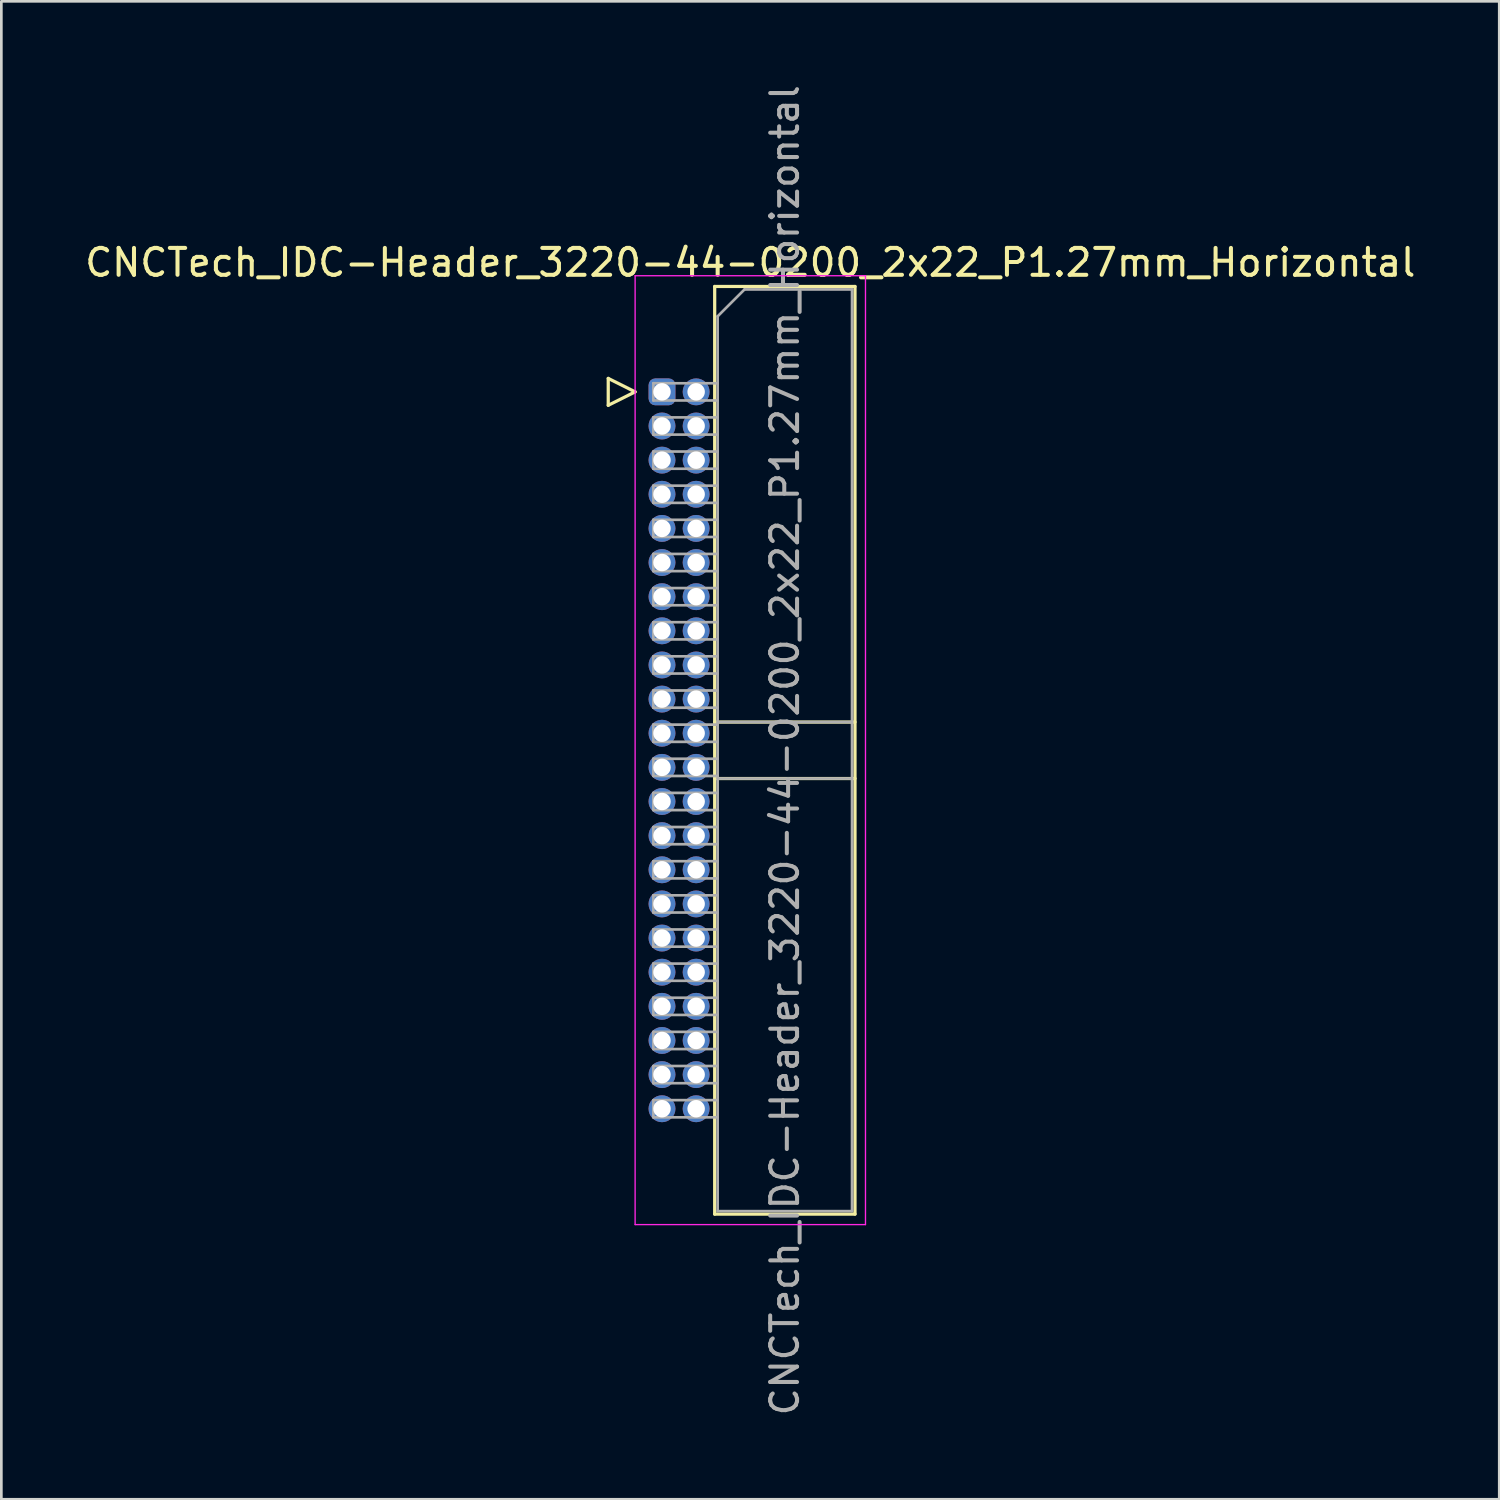
<source format=kicad_pcb>
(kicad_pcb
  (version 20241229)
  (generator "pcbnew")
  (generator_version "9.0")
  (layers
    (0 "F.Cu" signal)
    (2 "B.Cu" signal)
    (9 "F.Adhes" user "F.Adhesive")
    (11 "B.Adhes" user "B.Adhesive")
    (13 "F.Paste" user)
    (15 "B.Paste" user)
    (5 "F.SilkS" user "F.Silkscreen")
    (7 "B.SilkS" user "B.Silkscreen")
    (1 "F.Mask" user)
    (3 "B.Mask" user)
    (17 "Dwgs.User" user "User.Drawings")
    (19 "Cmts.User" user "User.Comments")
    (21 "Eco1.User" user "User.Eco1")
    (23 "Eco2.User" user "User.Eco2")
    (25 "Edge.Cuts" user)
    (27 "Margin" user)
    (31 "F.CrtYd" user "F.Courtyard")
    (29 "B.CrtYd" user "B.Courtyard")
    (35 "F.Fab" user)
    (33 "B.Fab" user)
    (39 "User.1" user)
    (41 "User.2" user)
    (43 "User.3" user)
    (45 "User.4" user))
  (footprint "CNCTech_IDC-Header_3220-44-0200_2x22_P1.27mm_Horizontal"
    (layer "F.Cu")
    (at 21.578 11.528)
    (property "Reference" "CNCTech_IDC-Header_3220-44-0200_2x22_P1.27mm_Horizontal" (at 3.285 -4.81 0) (layer "F.SilkS") (effects (font (size 1 1) (thickness 0.15))))
    (attr through_hole)
    (fp_line (start -2 -0.5) (end -2 0.5) (stroke (width 0.12) (type solid)) (layer "F.SilkS"))
    (fp_line (start -2 0.5) (end -1 0) (stroke (width 0.12) (type solid)) (layer "F.SilkS"))
    (fp_line (start -1 0) (end -2 -0.5) (stroke (width 0.12) (type solid)) (layer "F.SilkS"))
    (fp_line (start 1.96 -3.92) (end 7.18 -3.92) (stroke (width 0.12) (type solid)) (layer "F.SilkS"))
    (fp_line (start 1.96 12.285) (end 7.18 12.285) (stroke (width 0.12) (type solid)) (layer "F.SilkS"))
    (fp_line (start 1.96 14.385) (end 7.18 14.385) (stroke (width 0.12) (type solid)) (layer "F.SilkS"))
    (fp_line (start 1.96 30.59) (end 1.96 -3.92) (stroke (width 0.12) (type solid)) (layer "F.SilkS"))
    (fp_line (start 7.18 -3.92) (end 7.18 30.59) (stroke (width 0.12) (type solid)) (layer "F.SilkS"))
    (fp_line (start 7.18 30.59) (end 1.96 30.59) (stroke (width 0.12) (type solid)) (layer "F.SilkS"))
    (fp_line (start -1 -4.32) (end -1 30.98) (stroke (width 0.05) (type solid)) (layer "F.CrtYd"))
    (fp_line (start -1 30.98) (end 7.57 30.98) (stroke (width 0.05) (type solid)) (layer "F.CrtYd"))
    (fp_line (start 7.57 -4.32) (end -1 -4.32) (stroke (width 0.05) (type solid)) (layer "F.CrtYd"))
    (fp_line (start 7.57 30.98) (end 7.57 -4.32) (stroke (width 0.05) (type solid)) (layer "F.CrtYd"))
    (fp_line (start -0.32 -0.32) (end -0.32 0.32) (stroke (width 0.1) (type solid)) (layer "F.Fab"))
    (fp_line (start -0.32 0.32) (end 2.07 0.32) (stroke (width 0.1) (type solid)) (layer "F.Fab"))
    (fp_line (start -0.32 0.95) (end -0.32 1.59) (stroke (width 0.1) (type solid)) (layer "F.Fab"))
    (fp_line (start -0.32 1.59) (end 2.07 1.59) (stroke (width 0.1) (type solid)) (layer "F.Fab"))
    (fp_line (start -0.32 2.22) (end -0.32 2.86) (stroke (width 0.1) (type solid)) (layer "F.Fab"))
    (fp_line (start -0.32 2.86) (end 2.07 2.86) (stroke (width 0.1) (type solid)) (layer "F.Fab"))
    (fp_line (start -0.32 3.49) (end -0.32 4.13) (stroke (width 0.1) (type solid)) (layer "F.Fab"))
    (fp_line (start -0.32 4.13) (end 2.07 4.13) (stroke (width 0.1) (type solid)) (layer "F.Fab"))
    (fp_line (start -0.32 4.76) (end -0.32 5.4) (stroke (width 0.1) (type solid)) (layer "F.Fab"))
    (fp_line (start -0.32 5.4) (end 2.07 5.4) (stroke (width 0.1) (type solid)) (layer "F.Fab"))
    (fp_line (start -0.32 6.03) (end -0.32 6.67) (stroke (width 0.1) (type solid)) (layer "F.Fab"))
    (fp_line (start -0.32 6.67) (end 2.07 6.67) (stroke (width 0.1) (type solid)) (layer "F.Fab"))
    (fp_line (start -0.32 7.3) (end -0.32 7.94) (stroke (width 0.1) (type solid)) (layer "F.Fab"))
    (fp_line (start -0.32 7.94) (end 2.07 7.94) (stroke (width 0.1) (type solid)) (layer "F.Fab"))
    (fp_line (start -0.32 8.57) (end -0.32 9.21) (stroke (width 0.1) (type solid)) (layer "F.Fab"))
    (fp_line (start -0.32 9.21) (end 2.07 9.21) (stroke (width 0.1) (type solid)) (layer "F.Fab"))
    (fp_line (start -0.32 9.84) (end -0.32 10.48) (stroke (width 0.1) (type solid)) (layer "F.Fab"))
    (fp_line (start -0.32 10.48) (end 2.07 10.48) (stroke (width 0.1) (type solid)) (layer "F.Fab"))
    (fp_line (start -0.32 11.11) (end -0.32 11.75) (stroke (width 0.1) (type solid)) (layer "F.Fab"))
    (fp_line (start -0.32 11.75) (end 2.07 11.75) (stroke (width 0.1) (type solid)) (layer "F.Fab"))
    (fp_line (start -0.32 12.38) (end -0.32 13.02) (stroke (width 0.1) (type solid)) (layer "F.Fab"))
    (fp_line (start -0.32 13.02) (end 2.07 13.02) (stroke (width 0.1) (type solid)) (layer "F.Fab"))
    (fp_line (start -0.32 13.65) (end -0.32 14.29) (stroke (width 0.1) (type solid)) (layer "F.Fab"))
    (fp_line (start -0.32 14.29) (end 2.07 14.29) (stroke (width 0.1) (type solid)) (layer "F.Fab"))
    (fp_line (start -0.32 14.92) (end -0.32 15.56) (stroke (width 0.1) (type solid)) (layer "F.Fab"))
    (fp_line (start -0.32 15.56) (end 2.07 15.56) (stroke (width 0.1) (type solid)) (layer "F.Fab"))
    (fp_line (start -0.32 16.19) (end -0.32 16.83) (stroke (width 0.1) (type solid)) (layer "F.Fab"))
    (fp_line (start -0.32 16.83) (end 2.07 16.83) (stroke (width 0.1) (type solid)) (layer "F.Fab"))
    (fp_line (start -0.32 17.46) (end -0.32 18.1) (stroke (width 0.1) (type solid)) (layer "F.Fab"))
    (fp_line (start -0.32 18.1) (end 2.07 18.1) (stroke (width 0.1) (type solid)) (layer "F.Fab"))
    (fp_line (start -0.32 18.73) (end -0.32 19.37) (stroke (width 0.1) (type solid)) (layer "F.Fab"))
    (fp_line (start -0.32 19.37) (end 2.07 19.37) (stroke (width 0.1) (type solid)) (layer "F.Fab"))
    (fp_line (start -0.32 20) (end -0.32 20.64) (stroke (width 0.1) (type solid)) (layer "F.Fab"))
    (fp_line (start -0.32 20.64) (end 2.07 20.64) (stroke (width 0.1) (type solid)) (layer "F.Fab"))
    (fp_line (start -0.32 21.27) (end -0.32 21.91) (stroke (width 0.1) (type solid)) (layer "F.Fab"))
    (fp_line (start -0.32 21.91) (end 2.07 21.91) (stroke (width 0.1) (type solid)) (layer "F.Fab"))
    (fp_line (start -0.32 22.54) (end -0.32 23.18) (stroke (width 0.1) (type solid)) (layer "F.Fab"))
    (fp_line (start -0.32 23.18) (end 2.07 23.18) (stroke (width 0.1) (type solid)) (layer "F.Fab"))
    (fp_line (start -0.32 23.81) (end -0.32 24.45) (stroke (width 0.1) (type solid)) (layer "F.Fab"))
    (fp_line (start -0.32 24.45) (end 2.07 24.45) (stroke (width 0.1) (type solid)) (layer "F.Fab"))
    (fp_line (start -0.32 25.08) (end -0.32 25.72) (stroke (width 0.1) (type solid)) (layer "F.Fab"))
    (fp_line (start -0.32 25.72) (end 2.07 25.72) (stroke (width 0.1) (type solid)) (layer "F.Fab"))
    (fp_line (start -0.32 26.35) (end -0.32 26.99) (stroke (width 0.1) (type solid)) (layer "F.Fab"))
    (fp_line (start -0.32 26.99) (end 2.07 26.99) (stroke (width 0.1) (type solid)) (layer "F.Fab"))
    (fp_line (start 2.07 -2.81) (end 3.07 -3.81) (stroke (width 0.1) (type solid)) (layer "F.Fab"))
    (fp_line (start 2.07 -0.32) (end -0.32 -0.32) (stroke (width 0.1) (type solid)) (layer "F.Fab"))
    (fp_line (start 2.07 0.95) (end -0.32 0.95) (stroke (width 0.1) (type solid)) (layer "F.Fab"))
    (fp_line (start 2.07 2.22) (end -0.32 2.22) (stroke (width 0.1) (type solid)) (layer "F.Fab"))
    (fp_line (start 2.07 3.49) (end -0.32 3.49) (stroke (width 0.1) (type solid)) (layer "F.Fab"))
    (fp_line (start 2.07 4.76) (end -0.32 4.76) (stroke (width 0.1) (type solid)) (layer "F.Fab"))
    (fp_line (start 2.07 6.03) (end -0.32 6.03) (stroke (width 0.1) (type solid)) (layer "F.Fab"))
    (fp_line (start 2.07 7.3) (end -0.32 7.3) (stroke (width 0.1) (type solid)) (layer "F.Fab"))
    (fp_line (start 2.07 8.57) (end -0.32 8.57) (stroke (width 0.1) (type solid)) (layer "F.Fab"))
    (fp_line (start 2.07 9.84) (end -0.32 9.84) (stroke (width 0.1) (type solid)) (layer "F.Fab"))
    (fp_line (start 2.07 11.11) (end -0.32 11.11) (stroke (width 0.1) (type solid)) (layer "F.Fab"))
    (fp_line (start 2.07 12.285) (end 7.07 12.285) (stroke (width 0.1) (type solid)) (layer "F.Fab"))
    (fp_line (start 2.07 12.38) (end -0.32 12.38) (stroke (width 0.1) (type solid)) (layer "F.Fab"))
    (fp_line (start 2.07 13.65) (end -0.32 13.65) (stroke (width 0.1) (type solid)) (layer "F.Fab"))
    (fp_line (start 2.07 14.385) (end 7.07 14.385) (stroke (width 0.1) (type solid)) (layer "F.Fab"))
    (fp_line (start 2.07 14.92) (end -0.32 14.92) (stroke (width 0.1) (type solid)) (layer "F.Fab"))
    (fp_line (start 2.07 16.19) (end -0.32 16.19) (stroke (width 0.1) (type solid)) (layer "F.Fab"))
    (fp_line (start 2.07 17.46) (end -0.32 17.46) (stroke (width 0.1) (type solid)) (layer "F.Fab"))
    (fp_line (start 2.07 18.73) (end -0.32 18.73) (stroke (width 0.1) (type solid)) (layer "F.Fab"))
    (fp_line (start 2.07 20) (end -0.32 20) (stroke (width 0.1) (type solid)) (layer "F.Fab"))
    (fp_line (start 2.07 21.27) (end -0.32 21.27) (stroke (width 0.1) (type solid)) (layer "F.Fab"))
    (fp_line (start 2.07 22.54) (end -0.32 22.54) (stroke (width 0.1) (type solid)) (layer "F.Fab"))
    (fp_line (start 2.07 23.81) (end -0.32 23.81) (stroke (width 0.1) (type solid)) (layer "F.Fab"))
    (fp_line (start 2.07 25.08) (end -0.32 25.08) (stroke (width 0.1) (type solid)) (layer "F.Fab"))
    (fp_line (start 2.07 26.35) (end -0.32 26.35) (stroke (width 0.1) (type solid)) (layer "F.Fab"))
    (fp_line (start 2.07 30.48) (end 2.07 -2.81) (stroke (width 0.1) (type solid)) (layer "F.Fab"))
    (fp_line (start 3.07 -3.81) (end 7.07 -3.81) (stroke (width 0.1) (type solid)) (layer "F.Fab"))
    (fp_line (start 7.07 -3.81) (end 7.07 30.48) (stroke (width 0.1) (type solid)) (layer "F.Fab"))
    (fp_line (start 7.07 30.48) (end 2.07 30.48) (stroke (width 0.1) (type solid)) (layer "F.Fab"))
    (fp_text user "${REFERENCE}" (at 4.57 13.335 90) (layer "F.Fab") (effects (font (size 1 1) (thickness 0.15))))
    (pad "1" thru_hole roundrect (at 0 0) (size 1 1) (drill 0.65) (layers "*.Cu" "*.Mask") (roundrect_rratio 0.25))
    (pad "2" thru_hole circle (at 1.27 0) (size 1 1) (drill 0.65) (layers "*.Cu" "*.Mask"))
    (pad "3" thru_hole circle (at 0 1.27) (size 1 1) (drill 0.65) (layers "*.Cu" "*.Mask"))
    (pad "4" thru_hole circle (at 1.27 1.27) (size 1 1) (drill 0.65) (layers "*.Cu" "*.Mask"))
    (pad "5" thru_hole circle (at 0 2.54) (size 1 1) (drill 0.65) (layers "*.Cu" "*.Mask"))
    (pad "6" thru_hole circle (at 1.27 2.54) (size 1 1) (drill 0.65) (layers "*.Cu" "*.Mask"))
    (pad "7" thru_hole circle (at 0 3.81) (size 1 1) (drill 0.65) (layers "*.Cu" "*.Mask"))
    (pad "8" thru_hole circle (at 1.27 3.81) (size 1 1) (drill 0.65) (layers "*.Cu" "*.Mask"))
    (pad "9" thru_hole circle (at 0 5.08) (size 1 1) (drill 0.65) (layers "*.Cu" "*.Mask"))
    (pad "10" thru_hole circle (at 1.27 5.08) (size 1 1) (drill 0.65) (layers "*.Cu" "*.Mask"))
    (pad "11" thru_hole circle (at 0 6.35) (size 1 1) (drill 0.65) (layers "*.Cu" "*.Mask"))
    (pad "12" thru_hole circle (at 1.27 6.35) (size 1 1) (drill 0.65) (layers "*.Cu" "*.Mask"))
    (pad "13" thru_hole circle (at 0 7.62) (size 1 1) (drill 0.65) (layers "*.Cu" "*.Mask"))
    (pad "14" thru_hole circle (at 1.27 7.62) (size 1 1) (drill 0.65) (layers "*.Cu" "*.Mask"))
    (pad "15" thru_hole circle (at 0 8.89) (size 1 1) (drill 0.65) (layers "*.Cu" "*.Mask"))
    (pad "16" thru_hole circle (at 1.27 8.89) (size 1 1) (drill 0.65) (layers "*.Cu" "*.Mask"))
    (pad "17" thru_hole circle (at 0 10.16) (size 1 1) (drill 0.65) (layers "*.Cu" "*.Mask"))
    (pad "18" thru_hole circle (at 1.27 10.16) (size 1 1) (drill 0.65) (layers "*.Cu" "*.Mask"))
    (pad "19" thru_hole circle (at 0 11.43) (size 1 1) (drill 0.65) (layers "*.Cu" "*.Mask"))
    (pad "20" thru_hole circle (at 1.27 11.43) (size 1 1) (drill 0.65) (layers "*.Cu" "*.Mask"))
    (pad "21" thru_hole circle (at 0 12.7) (size 1 1) (drill 0.65) (layers "*.Cu" "*.Mask"))
    (pad "22" thru_hole circle (at 1.27 12.7) (size 1 1) (drill 0.65) (layers "*.Cu" "*.Mask"))
    (pad "23" thru_hole circle (at 0 13.97) (size 1 1) (drill 0.65) (layers "*.Cu" "*.Mask"))
    (pad "24" thru_hole circle (at 1.27 13.97) (size 1 1) (drill 0.65) (layers "*.Cu" "*.Mask"))
    (pad "25" thru_hole circle (at 0 15.24) (size 1 1) (drill 0.65) (layers "*.Cu" "*.Mask"))
    (pad "26" thru_hole circle (at 1.27 15.24) (size 1 1) (drill 0.65) (layers "*.Cu" "*.Mask"))
    (pad "27" thru_hole circle (at 0 16.51) (size 1 1) (drill 0.65) (layers "*.Cu" "*.Mask"))
    (pad "28" thru_hole circle (at 1.27 16.51) (size 1 1) (drill 0.65) (layers "*.Cu" "*.Mask"))
    (pad "29" thru_hole circle (at 0 17.78) (size 1 1) (drill 0.65) (layers "*.Cu" "*.Mask"))
    (pad "30" thru_hole circle (at 1.27 17.78) (size 1 1) (drill 0.65) (layers "*.Cu" "*.Mask"))
    (pad "31" thru_hole circle (at 0 19.05) (size 1 1) (drill 0.65) (layers "*.Cu" "*.Mask"))
    (pad "32" thru_hole circle (at 1.27 19.05) (size 1 1) (drill 0.65) (layers "*.Cu" "*.Mask"))
    (pad "33" thru_hole circle (at 0 20.32) (size 1 1) (drill 0.65) (layers "*.Cu" "*.Mask"))
    (pad "34" thru_hole circle (at 1.27 20.32) (size 1 1) (drill 0.65) (layers "*.Cu" "*.Mask"))
    (pad "35" thru_hole circle (at 0 21.59) (size 1 1) (drill 0.65) (layers "*.Cu" "*.Mask"))
    (pad "36" thru_hole circle (at 1.27 21.59) (size 1 1) (drill 0.65) (layers "*.Cu" "*.Mask"))
    (pad "37" thru_hole circle (at 0 22.86) (size 1 1) (drill 0.65) (layers "*.Cu" "*.Mask"))
    (pad "38" thru_hole circle (at 1.27 22.86) (size 1 1) (drill 0.65) (layers "*.Cu" "*.Mask"))
    (pad "39" thru_hole circle (at 0 24.13) (size 1 1) (drill 0.65) (layers "*.Cu" "*.Mask"))
    (pad "40" thru_hole circle (at 1.27 24.13) (size 1 1) (drill 0.65) (layers "*.Cu" "*.Mask"))
    (pad "41" thru_hole circle (at 0 25.4) (size 1 1) (drill 0.65) (layers "*.Cu" "*.Mask"))
    (pad "42" thru_hole circle (at 1.27 25.4) (size 1 1) (drill 0.65) (layers "*.Cu" "*.Mask"))
    (pad "43" thru_hole circle (at 0 26.67) (size 1 1) (drill 0.65) (layers "*.Cu" "*.Mask"))
    (pad "44" thru_hole circle (at 1.27 26.67) (size 1 1) (drill 0.65) (layers "*.Cu" "*.Mask")))
  (gr_rect
    (start -3 -3)
    (end 52.726 52.726)
    (stroke (width 0.1) (type default))
    (fill no)
    (layer "Edge.Cuts")))
</source>
